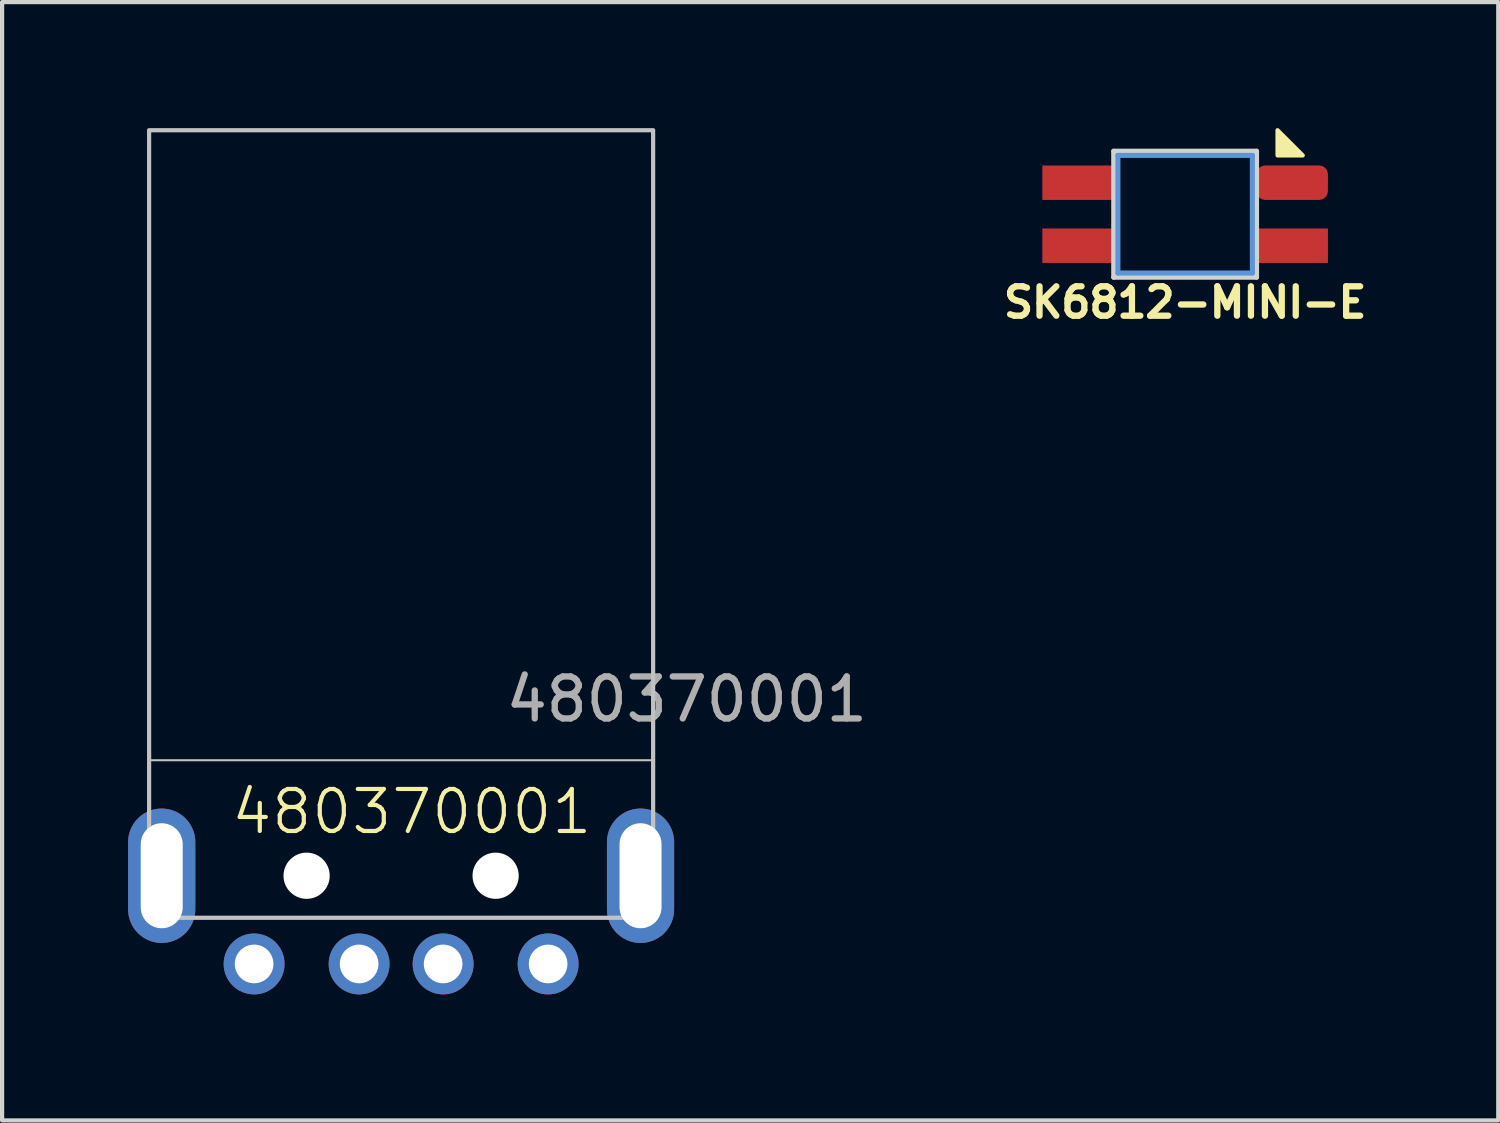
<source format=kicad_pcb>
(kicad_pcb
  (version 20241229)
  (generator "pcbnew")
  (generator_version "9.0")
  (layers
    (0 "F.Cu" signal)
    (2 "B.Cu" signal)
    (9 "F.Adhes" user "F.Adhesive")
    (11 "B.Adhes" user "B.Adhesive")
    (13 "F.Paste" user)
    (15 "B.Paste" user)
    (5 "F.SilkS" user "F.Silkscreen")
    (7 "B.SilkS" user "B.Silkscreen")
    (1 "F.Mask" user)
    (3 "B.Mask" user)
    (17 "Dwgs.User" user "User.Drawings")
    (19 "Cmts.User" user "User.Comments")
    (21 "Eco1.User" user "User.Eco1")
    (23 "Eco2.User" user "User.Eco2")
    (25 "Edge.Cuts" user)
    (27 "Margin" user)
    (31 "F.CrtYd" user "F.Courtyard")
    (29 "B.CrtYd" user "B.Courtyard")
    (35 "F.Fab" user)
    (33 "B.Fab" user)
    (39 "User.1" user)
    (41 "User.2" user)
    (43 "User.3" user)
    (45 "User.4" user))
  (footprint "SK6812-MINI-E"
    (layer "F.Cu")
    (at 25.166 2.05)
    (property "Reference" "SK6812-MINI-E" (at 0 2.1 0) (unlocked yes) (layer "F.SilkS") (effects (font (size 0.7 0.7) (thickness 0.15))))
    (attr smd)
    (fp_poly (pts (xy 2.8 -1.4) (xy 2.2 -1.4) (xy 2.2 -2)) (stroke (width 0.1) (type solid)) (fill yes) (layer "F.SilkS"))
    (fp_line (start -1.6 -1.4) (end 1.6 -1.4) (stroke (width 0.12) (type solid)) (layer "Cmts.User"))
    (fp_line (start -1.6 1.4) (end -1.6 -1.4) (stroke (width 0.12) (type solid)) (layer "Cmts.User"))
    (fp_line (start 1.6 -1.4) (end 1.6 1.4) (stroke (width 0.12) (type solid)) (layer "Cmts.User"))
    (fp_line (start 1.6 1.4) (end -1.6 1.4) (stroke (width 0.12) (type solid)) (layer "Cmts.User"))
    (fp_line (start -1.7 -1.5) (end 1.7 -1.5) (stroke (width 0.12) (type solid)) (layer "Edge.Cuts"))
    (fp_line (start -1.7 1.5) (end -1.7 -1.5) (stroke (width 0.12) (type solid)) (layer "Edge.Cuts"))
    (fp_line (start 1.7 -1.5) (end 1.7 1.5) (stroke (width 0.12) (type solid)) (layer "Edge.Cuts"))
    (fp_line (start 1.7 1.5) (end -1.7 1.5) (stroke (width 0.12) (type solid)) (layer "Edge.Cuts"))
    (pad "1" smd rect (at -2.55 0.75) (size 1.7 0.82) (layers "F.Cu" "F.Mask" "F.Paste"))
    (pad "2" smd rect (at -2.55 -0.75) (size 1.7 0.82) (layers "F.Cu" "F.Mask" "F.Paste"))
    (pad "3" smd roundrect (at 2.55 -0.75) (size 1.7 0.82) (layers "F.Cu" "F.Mask" "F.Paste") (roundrect_rratio 0.25))
    (pad "4" smd rect (at 2.55 0.75) (size 1.7 0.82) (layers "F.Cu" "F.Mask" "F.Paste")))
  (footprint "480370001"
    (layer "F.Cu")
    (at 6.5 17.8)
    (property "Reference" "480370001" (at 0.254 -1.524 0) (unlocked yes) (layer "F.SilkS") (effects (font (size 1 1) (thickness 0.1))))
    (attr through_hole)
    (fp_line (start -6 -2.75) (end 6 -2.75) (stroke (width 0.05) (type default)) (layer "Dwgs.User"))
    (fp_rect (start -6 1) (end 6 -17.75) (stroke (width 0.1) (type default)) (fill no) (layer "Dwgs.User"))
    (fp_text user "${REFERENCE}" (at 6.8 -4.2 0) (unlocked yes) (layer "F.Fab") (effects (font (size 1 1) (thickness 0.15))))
    (pad "" np_thru_hole circle (at -2.25 0) (size 1.1 1.1) (drill 1.1) (layers "*.Cu" "*.Mask"))
    (pad "" np_thru_hole circle (at 2.25 0) (size 1.1 1.1) (drill 1.1) (layers "*.Cu" "*.Mask"))
    (pad "1" thru_hole circle (at -3.5 2.1) (size 1.45 1.45) (drill 0.92) (layers "*.Cu" "*.Mask"))
    (pad "2" thru_hole circle (at -1 2.1) (size 1.45 1.45) (drill 0.92) (layers "*.Cu" "*.Mask"))
    (pad "3" thru_hole circle (at 1 2.1) (size 1.45 1.45) (drill 0.92) (layers "*.Cu" "*.Mask"))
    (pad "4" thru_hole circle (at 3.5 2.1) (size 1.45 1.45) (drill 0.92) (layers "*.Cu" "*.Mask"))
    (pad "5" thru_hole oval (at -5.7 0) (size 1.6 3.2) (drill oval 1 2.5) (layers "*.Cu" "*.Mask"))
    (pad "5" thru_hole oval (at 5.7 0) (size 1.6 3.2) (drill oval 1 2.5) (layers "*.Cu" "*.Mask")))
  (gr_rect
    (start -3 -3)
    (end 32.621 23.625)
    (stroke (width 0.1) (type default))
    (fill no)
    (layer "Edge.Cuts")))
</source>
